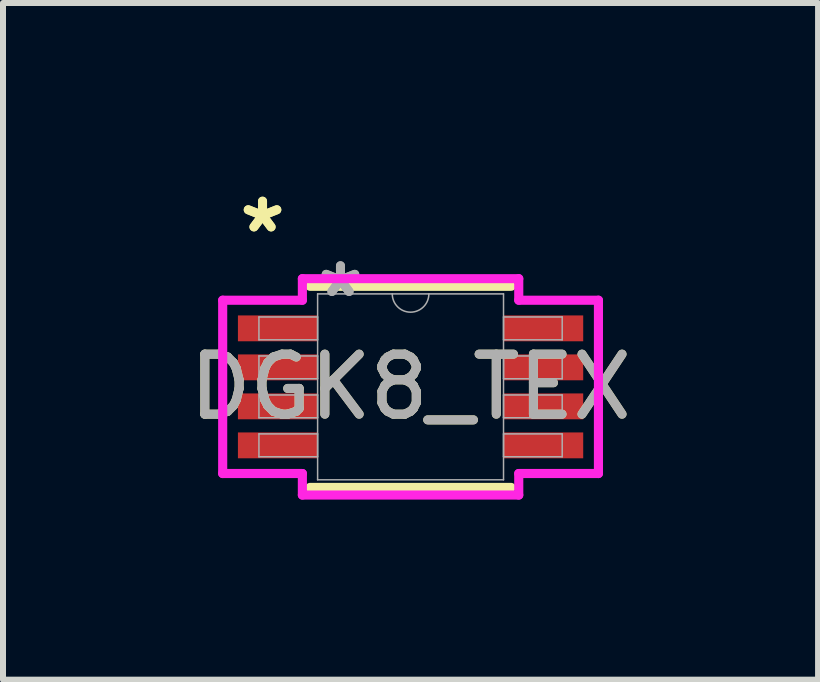
<source format=kicad_pcb>
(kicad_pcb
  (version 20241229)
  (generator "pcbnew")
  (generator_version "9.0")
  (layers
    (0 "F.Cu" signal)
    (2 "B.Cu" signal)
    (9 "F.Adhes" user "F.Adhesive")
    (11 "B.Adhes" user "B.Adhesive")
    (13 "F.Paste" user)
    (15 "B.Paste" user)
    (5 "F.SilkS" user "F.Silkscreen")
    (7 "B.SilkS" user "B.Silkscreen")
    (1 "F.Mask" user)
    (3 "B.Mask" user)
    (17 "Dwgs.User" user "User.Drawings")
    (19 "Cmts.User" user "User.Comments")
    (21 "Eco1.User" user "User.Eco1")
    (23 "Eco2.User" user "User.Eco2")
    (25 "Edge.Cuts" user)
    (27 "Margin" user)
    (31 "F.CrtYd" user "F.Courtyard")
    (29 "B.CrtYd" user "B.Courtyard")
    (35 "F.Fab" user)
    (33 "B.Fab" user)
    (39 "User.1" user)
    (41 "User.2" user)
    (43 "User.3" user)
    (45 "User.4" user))
  (footprint "DGK8_TEX"
    (layer "F.Cu")
    (at 3.792 3.397)
    (property "Reference" "DGK8_TEX" (at 0 0 0) (unlocked yes) (layer "F.SilkS") (effects (font (size 1 1) (thickness 0.15))))
    (attr smd)
    (fp_line (start -1.676 1.676) (end 1.676 1.676) (stroke (width 0.152) (type solid)) (layer "F.SilkS"))
    (fp_line (start 1.676 -1.676) (end -1.676 -1.676) (stroke (width 0.152) (type solid)) (layer "F.SilkS"))
    (fp_line (start -3.131 -1.444) (end -1.803 -1.444) (stroke (width 0.152) (type solid)) (layer "F.CrtYd"))
    (fp_line (start -3.131 1.444) (end -3.131 -1.444) (stroke (width 0.152) (type solid)) (layer "F.CrtYd"))
    (fp_line (start -3.131 1.444) (end -1.803 1.444) (stroke (width 0.152) (type solid)) (layer "F.CrtYd"))
    (fp_line (start -1.803 -1.803) (end 1.803 -1.803) (stroke (width 0.152) (type solid)) (layer "F.CrtYd"))
    (fp_line (start -1.803 -1.444) (end -1.803 -1.803) (stroke (width 0.152) (type solid)) (layer "F.CrtYd"))
    (fp_line (start -1.803 1.803) (end -1.803 1.444) (stroke (width 0.152) (type solid)) (layer "F.CrtYd"))
    (fp_line (start 1.803 -1.803) (end 1.803 -1.444) (stroke (width 0.152) (type solid)) (layer "F.CrtYd"))
    (fp_line (start 1.803 1.444) (end 1.803 1.803) (stroke (width 0.152) (type solid)) (layer "F.CrtYd"))
    (fp_line (start 1.803 1.803) (end -1.803 1.803) (stroke (width 0.152) (type solid)) (layer "F.CrtYd"))
    (fp_line (start 3.131 -1.444) (end 1.803 -1.444) (stroke (width 0.152) (type solid)) (layer "F.CrtYd"))
    (fp_line (start 3.131 -1.444) (end 3.131 1.444) (stroke (width 0.152) (type solid)) (layer "F.CrtYd"))
    (fp_line (start 3.131 1.444) (end 1.803 1.444) (stroke (width 0.152) (type solid)) (layer "F.CrtYd"))
    (fp_line (start -2.527 -1.165) (end -2.527 -0.784) (stroke (width 0.025) (type solid)) (layer "F.Fab"))
    (fp_line (start -2.527 -0.784) (end -1.549 -0.784) (stroke (width 0.025) (type solid)) (layer "F.Fab"))
    (fp_line (start -2.527 -0.515) (end -2.527 -0.135) (stroke (width 0.025) (type solid)) (layer "F.Fab"))
    (fp_line (start -2.527 -0.135) (end -1.549 -0.135) (stroke (width 0.025) (type solid)) (layer "F.Fab"))
    (fp_line (start -2.527 0.135) (end -2.527 0.515) (stroke (width 0.025) (type solid)) (layer "F.Fab"))
    (fp_line (start -2.527 0.515) (end -1.549 0.515) (stroke (width 0.025) (type solid)) (layer "F.Fab"))
    (fp_line (start -2.527 0.784) (end -2.527 1.165) (stroke (width 0.025) (type solid)) (layer "F.Fab"))
    (fp_line (start -2.527 1.165) (end -1.549 1.165) (stroke (width 0.025) (type solid)) (layer "F.Fab"))
    (fp_line (start -1.549 -1.549) (end -1.549 1.549) (stroke (width 0.025) (type solid)) (layer "F.Fab"))
    (fp_line (start -1.549 -1.165) (end -2.527 -1.165) (stroke (width 0.025) (type solid)) (layer "F.Fab"))
    (fp_line (start -1.549 -0.784) (end -1.549 -1.165) (stroke (width 0.025) (type solid)) (layer "F.Fab"))
    (fp_line (start -1.549 -0.515) (end -2.527 -0.515) (stroke (width 0.025) (type solid)) (layer "F.Fab"))
    (fp_line (start -1.549 -0.135) (end -1.549 -0.515) (stroke (width 0.025) (type solid)) (layer "F.Fab"))
    (fp_line (start -1.549 0.135) (end -2.527 0.135) (stroke (width 0.025) (type solid)) (layer "F.Fab"))
    (fp_line (start -1.549 0.515) (end -1.549 0.135) (stroke (width 0.025) (type solid)) (layer "F.Fab"))
    (fp_line (start -1.549 0.784) (end -2.527 0.784) (stroke (width 0.025) (type solid)) (layer "F.Fab"))
    (fp_line (start -1.549 1.165) (end -1.549 0.784) (stroke (width 0.025) (type solid)) (layer "F.Fab"))
    (fp_line (start -1.549 1.549) (end 1.549 1.549) (stroke (width 0.025) (type solid)) (layer "F.Fab"))
    (fp_line (start 1.549 -1.549) (end -1.549 -1.549) (stroke (width 0.025) (type solid)) (layer "F.Fab"))
    (fp_line (start 1.549 -1.165) (end 1.549 -0.784) (stroke (width 0.025) (type solid)) (layer "F.Fab"))
    (fp_line (start 1.549 -0.784) (end 2.527 -0.784) (stroke (width 0.025) (type solid)) (layer "F.Fab"))
    (fp_line (start 1.549 -0.515) (end 1.549 -0.135) (stroke (width 0.025) (type solid)) (layer "F.Fab"))
    (fp_line (start 1.549 -0.135) (end 2.527 -0.135) (stroke (width 0.025) (type solid)) (layer "F.Fab"))
    (fp_line (start 1.549 0.135) (end 1.549 0.515) (stroke (width 0.025) (type solid)) (layer "F.Fab"))
    (fp_line (start 1.549 0.515) (end 2.527 0.515) (stroke (width 0.025) (type solid)) (layer "F.Fab"))
    (fp_line (start 1.549 0.784) (end 1.549 1.165) (stroke (width 0.025) (type solid)) (layer "F.Fab"))
    (fp_line (start 1.549 1.165) (end 2.527 1.165) (stroke (width 0.025) (type solid)) (layer "F.Fab"))
    (fp_line (start 1.549 1.549) (end 1.549 -1.549) (stroke (width 0.025) (type solid)) (layer "F.Fab"))
    (fp_line (start 2.527 -1.165) (end 1.549 -1.165) (stroke (width 0.025) (type solid)) (layer "F.Fab"))
    (fp_line (start 2.527 -0.784) (end 2.527 -1.165) (stroke (width 0.025) (type solid)) (layer "F.Fab"))
    (fp_line (start 2.527 -0.515) (end 1.549 -0.515) (stroke (width 0.025) (type solid)) (layer "F.Fab"))
    (fp_line (start 2.527 -0.135) (end 2.527 -0.515) (stroke (width 0.025) (type solid)) (layer "F.Fab"))
    (fp_line (start 2.527 0.135) (end 1.549 0.135) (stroke (width 0.025) (type solid)) (layer "F.Fab"))
    (fp_line (start 2.527 0.515) (end 2.527 0.135) (stroke (width 0.025) (type solid)) (layer "F.Fab"))
    (fp_line (start 2.527 0.784) (end 1.549 0.784) (stroke (width 0.025) (type solid)) (layer "F.Fab"))
    (fp_line (start 2.527 1.165) (end 2.527 0.784) (stroke (width 0.025) (type solid)) (layer "F.Fab"))
    (fp_arc (start 0.3048 -1.5494) (mid 0 -1.2446) (end -0.3048 -1.5494) (stroke (width 0.0254) (type solid)) (layer "F.Fab"))
    (fp_text user "*" (at -2.467 -2.549 0) (layer "F.SilkS") (effects (font (size 1 1) (thickness 0.15))))
    (fp_text user "*" (at -2.467 -2.549 0) (unlocked yes) (layer "F.SilkS") (effects (font (size 1 1) (thickness 0.15))))
    (fp_text user "*" (at -1.168 -1.473 0) (layer "F.Fab") (effects (font (size 1 1) (thickness 0.15))))
    (fp_text user "*" (at -1.168 -1.473 0) (unlocked yes) (layer "F.Fab") (effects (font (size 1 1) (thickness 0.15))))
    (fp_text user "${REFERENCE}" (at 0 0 0) (unlocked yes) (layer "F.Fab") (effects (font (size 1 1) (thickness 0.15))))
    (pad "1" smd rect (at -2.213 -0.975) (size 1.328 0.431) (layers "F.Cu" "F.Mask" "F.Paste"))
    (pad "2" smd rect (at -2.213 -0.325) (size 1.328 0.431) (layers "F.Cu" "F.Mask" "F.Paste"))
    (pad "3" smd rect (at -2.213 0.325) (size 1.328 0.431) (layers "F.Cu" "F.Mask" "F.Paste"))
    (pad "4" smd rect (at -2.213 0.975) (size 1.328 0.431) (layers "F.Cu" "F.Mask" "F.Paste"))
    (pad "5" smd rect (at 2.213 0.975) (size 1.328 0.431) (layers "F.Cu" "F.Mask" "F.Paste"))
    (pad "6" smd rect (at 2.213 0.325) (size 1.328 0.431) (layers "F.Cu" "F.Mask" "F.Paste"))
    (pad "7" smd rect (at 2.213 -0.325) (size 1.328 0.431) (layers "F.Cu" "F.Mask" "F.Paste"))
    (pad "8" smd rect (at 2.213 -0.975) (size 1.328 0.431) (layers "F.Cu" "F.Mask" "F.Paste")))
  (gr_rect
    (start -3 -3)
    (end 10.583 8.277)
    (stroke (width 0.1) (type default))
    (fill no)
    (layer "Edge.Cuts")))
</source>
